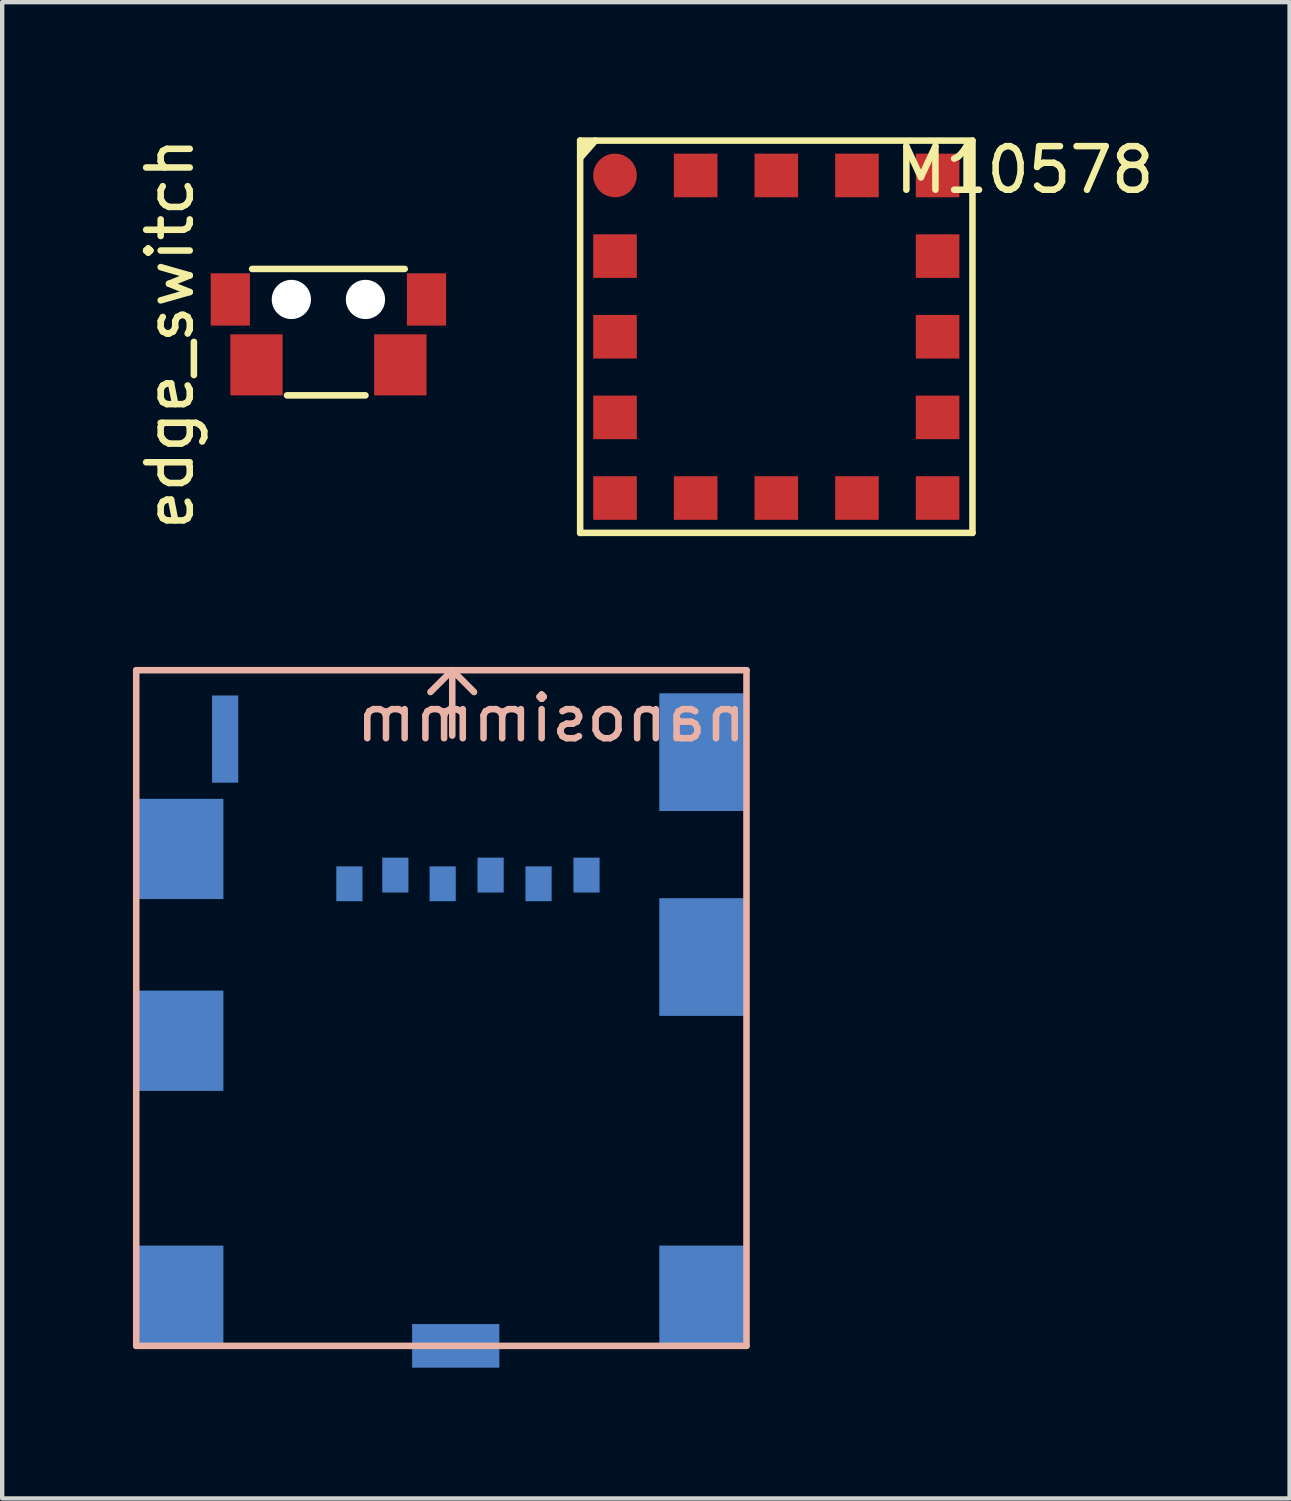
<source format=kicad_pcb>
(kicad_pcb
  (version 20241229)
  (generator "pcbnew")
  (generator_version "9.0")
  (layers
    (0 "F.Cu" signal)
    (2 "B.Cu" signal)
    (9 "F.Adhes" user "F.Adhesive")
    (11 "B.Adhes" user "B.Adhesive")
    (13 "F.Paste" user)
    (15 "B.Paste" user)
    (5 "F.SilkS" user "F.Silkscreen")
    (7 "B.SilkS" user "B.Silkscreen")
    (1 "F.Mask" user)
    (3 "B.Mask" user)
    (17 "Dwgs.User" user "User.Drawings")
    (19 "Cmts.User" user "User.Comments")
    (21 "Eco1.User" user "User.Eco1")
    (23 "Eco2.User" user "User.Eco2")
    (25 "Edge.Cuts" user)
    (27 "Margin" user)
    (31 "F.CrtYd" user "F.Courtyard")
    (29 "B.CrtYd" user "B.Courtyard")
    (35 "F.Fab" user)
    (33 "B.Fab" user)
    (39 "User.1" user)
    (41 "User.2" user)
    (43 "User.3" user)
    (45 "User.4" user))
  (footprint "nanosimmm"
    (layer "F.Cu")
    (at 7.075 21.825)
    (property "Reference" "nanosimmm" (at 2.515 -8.395 0) (layer "B.SilkS") (effects (font (size 1 1) (thickness 0.15)) (justify mirror)))
    (attr through_hole)
    (fp_line (start -7 -9.5) (end 7 -9.5) (stroke (width 0.15) (type solid)) (layer "B.SilkS"))
    (fp_line (start -7 6) (end -7 -9.5) (stroke (width 0.15) (type solid)) (layer "B.SilkS"))
    (fp_line (start -0.25 -9) (end 0.25 -9.5) (stroke (width 0.15) (type solid)) (layer "B.SilkS"))
    (fp_line (start 0.25 -9.5) (end 0.25 -8) (stroke (width 0.15) (type solid)) (layer "B.SilkS"))
    (fp_line (start 0.75 -9) (end 0.25 -9.5) (stroke (width 0.15) (type solid)) (layer "B.SilkS"))
    (fp_line (start 7 -9.5) (end 7 6) (stroke (width 0.15) (type solid)) (layer "B.SilkS"))
    (fp_line (start 7 6) (end -7 6) (stroke (width 0.15) (type solid)) (layer "B.SilkS"))
    (pad "" smd rect (at -6 -5.4) (size 2 2.3) (layers "B.Cu" "B.Mask" "B.Paste"))
    (pad "" smd rect (at -6 -1) (size 2 2.3) (layers "B.Cu" "B.Mask" "B.Paste"))
    (pad "" smd rect (at -6 4.85) (size 2 2.3) (layers "B.Cu" "B.Mask" "B.Paste"))
    (pad "" smd rect (at -4.96 -7.92) (size 0.6 2) (layers "B.Cu" "B.Mask" "B.Paste"))
    (pad "" smd rect (at 0.33 6) (size 2 1) (layers "B.Cu" "B.Mask" "B.Paste"))
    (pad "" smd rect (at 6 -7.62) (size 2 2.7) (layers "B.Cu" "B.Mask" "B.Paste"))
    (pad "" smd rect (at 6 -2.92) (size 2 2.7) (layers "B.Cu" "B.Mask" "B.Paste"))
    (pad "" smd rect (at 6 4.85) (size 2 2.3) (layers "B.Cu" "B.Mask" "B.Paste"))
    (pad "1" smd rect (at -2.11 -4.6) (size 0.6 0.8) (layers "B.Cu" "B.Mask" "B.Paste"))
    (pad "2" smd rect (at -1.055 -4.8) (size 0.6 0.8) (layers "B.Cu" "B.Mask" "B.Paste"))
    (pad "3" smd rect (at 0.03 -4.6) (size 0.6 0.8) (layers "B.Cu" "B.Mask" "B.Paste"))
    (pad "4" smd rect (at 1.13 -4.8) (size 0.6 0.8) (layers "B.Cu" "B.Mask" "B.Paste"))
    (pad "5" smd rect (at 2.23 -4.6) (size 0.6 0.8) (layers "B.Cu" "B.Mask" "B.Paste"))
    (pad "6" smd rect (at 3.33 -4.8) (size 0.6 0.8) (layers "B.Cu" "B.Mask" "B.Paste")))
  (footprint "M10578"
    (layer "F.Cu")
    (at 11.059 0.975)
    (property "Reference" "M10578" (at 9.398 -0.127 0) (layer "F.SilkS") (effects (font (size 1 1) (thickness 0.15))))
    (attr through_hole)
    (fp_line (start -0.8 -0.8) (end 8.2 -0.8) (stroke (width 0.15) (type solid)) (layer "F.SilkS"))
    (fp_line (start -0.8 -0.4) (end -0.45 -0.8) (stroke (width 0.15) (type solid)) (layer "F.SilkS"))
    (fp_line (start -0.8 8.2) (end -0.8 -0.8) (stroke (width 0.15) (type solid)) (layer "F.SilkS"))
    (fp_line (start -0.65 -0.75) (end -0.75 -0.6) (stroke (width 0.15) (type solid)) (layer "F.SilkS"))
    (fp_line (start 8.2 -0.8) (end 8.2 8.2) (stroke (width 0.15) (type solid)) (layer "F.SilkS"))
    (fp_line (start 8.2 8.2) (end -0.8 8.2) (stroke (width 0.15) (type solid)) (layer "F.SilkS"))
    (pad "1" smd oval (at 0 0) (size 1 1) (layers "F.Cu" "F.Mask" "F.Paste"))
    (pad "2" smd rect (at 1.85 0) (size 1 1) (layers "F.Cu" "F.Mask" "F.Paste"))
    (pad "3" smd rect (at 3.7 0) (size 1 1) (layers "F.Cu" "F.Mask" "F.Paste"))
    (pad "4" smd rect (at 5.55 0) (size 1 1) (layers "F.Cu" "F.Mask" "F.Paste"))
    (pad "5" smd rect (at 7.4 0) (size 1 1) (layers "F.Cu" "F.Mask" "F.Paste"))
    (pad "6" smd rect (at 7.4 1.85) (size 1 1) (layers "F.Cu" "F.Mask" "F.Paste"))
    (pad "7" smd rect (at 7.4 3.7) (size 1 1) (layers "F.Cu" "F.Mask" "F.Paste"))
    (pad "8" smd rect (at 7.4 5.55) (size 1 1) (layers "F.Cu" "F.Mask" "F.Paste"))
    (pad "9" smd rect (at 7.4 7.4) (size 1 1) (layers "F.Cu" "F.Mask" "F.Paste"))
    (pad "10" smd rect (at 5.55 7.4) (size 1 1) (layers "F.Cu" "F.Mask" "F.Paste"))
    (pad "11" smd rect (at 3.7 7.4) (size 1 1) (layers "F.Cu" "F.Mask" "F.Paste"))
    (pad "12" smd rect (at 1.85 7.4) (size 1 1) (layers "F.Cu" "F.Mask" "F.Paste"))
    (pad "13" smd rect (at 0 7.4) (size 1 1) (layers "F.Cu" "F.Mask" "F.Paste"))
    (pad "14" smd rect (at 0 5.55) (size 1 1) (layers "F.Cu" "F.Mask" "F.Paste"))
    (pad "15" smd rect (at 0 3.7) (size 1 1) (layers "F.Cu" "F.Mask" "F.Paste"))
    (pad "16" smd rect (at 0 1.85) (size 1 1) (layers "F.Cu" "F.Mask" "F.Paste")))
  (footprint "edge_switch"
    (layer "F.Cu")
    (at 4.534 4.82)
    (property "Reference" "edge_switch" (at -3.686 -0.218 90) (layer "F.SilkS") (effects (font (size 1 1) (thickness 0.15))))
    (attr through_hole)
    (fp_line (start -1.8 -1.7) (end 1.7 -1.7) (stroke (width 0.15) (type solid)) (layer "F.SilkS"))
    (fp_line (start -1 1.2) (end 0.8 1.2) (stroke (width 0.15) (type solid)) (layer "F.SilkS"))
    (pad "" np_thru_hole circle (at -0.9 -1) (size 0.9 0.9) (drill 0.9) (layers "*.Cu" "*.Mask"))
    (pad "" np_thru_hole circle (at 0.8 -1) (size 0.9 0.9) (drill 0.9) (layers "*.Cu" "*.Mask"))
    (pad "1" smd rect (at -1.7 0.5) (size 1.2 1.4) (layers "F.Cu" "F.Mask" "F.Paste"))
    (pad "2" smd rect (at 1.6 0.5) (size 1.2 1.4) (layers "F.Cu" "F.Mask" "F.Paste"))
    (pad "3" smd rect (at 2.2 -1) (size 0.9 1.2) (layers "F.Cu" "F.Mask" "F.Paste"))
    (pad "4" smd rect (at -2.3 -1) (size 0.9 1.2) (layers "F.Cu" "F.Mask" "F.Paste")))
  (gr_rect
    (start -3 -3)
    (end 26.534 31.325)
    (stroke (width 0.1) (type default))
    (fill no)
    (layer "Edge.Cuts")))
</source>
